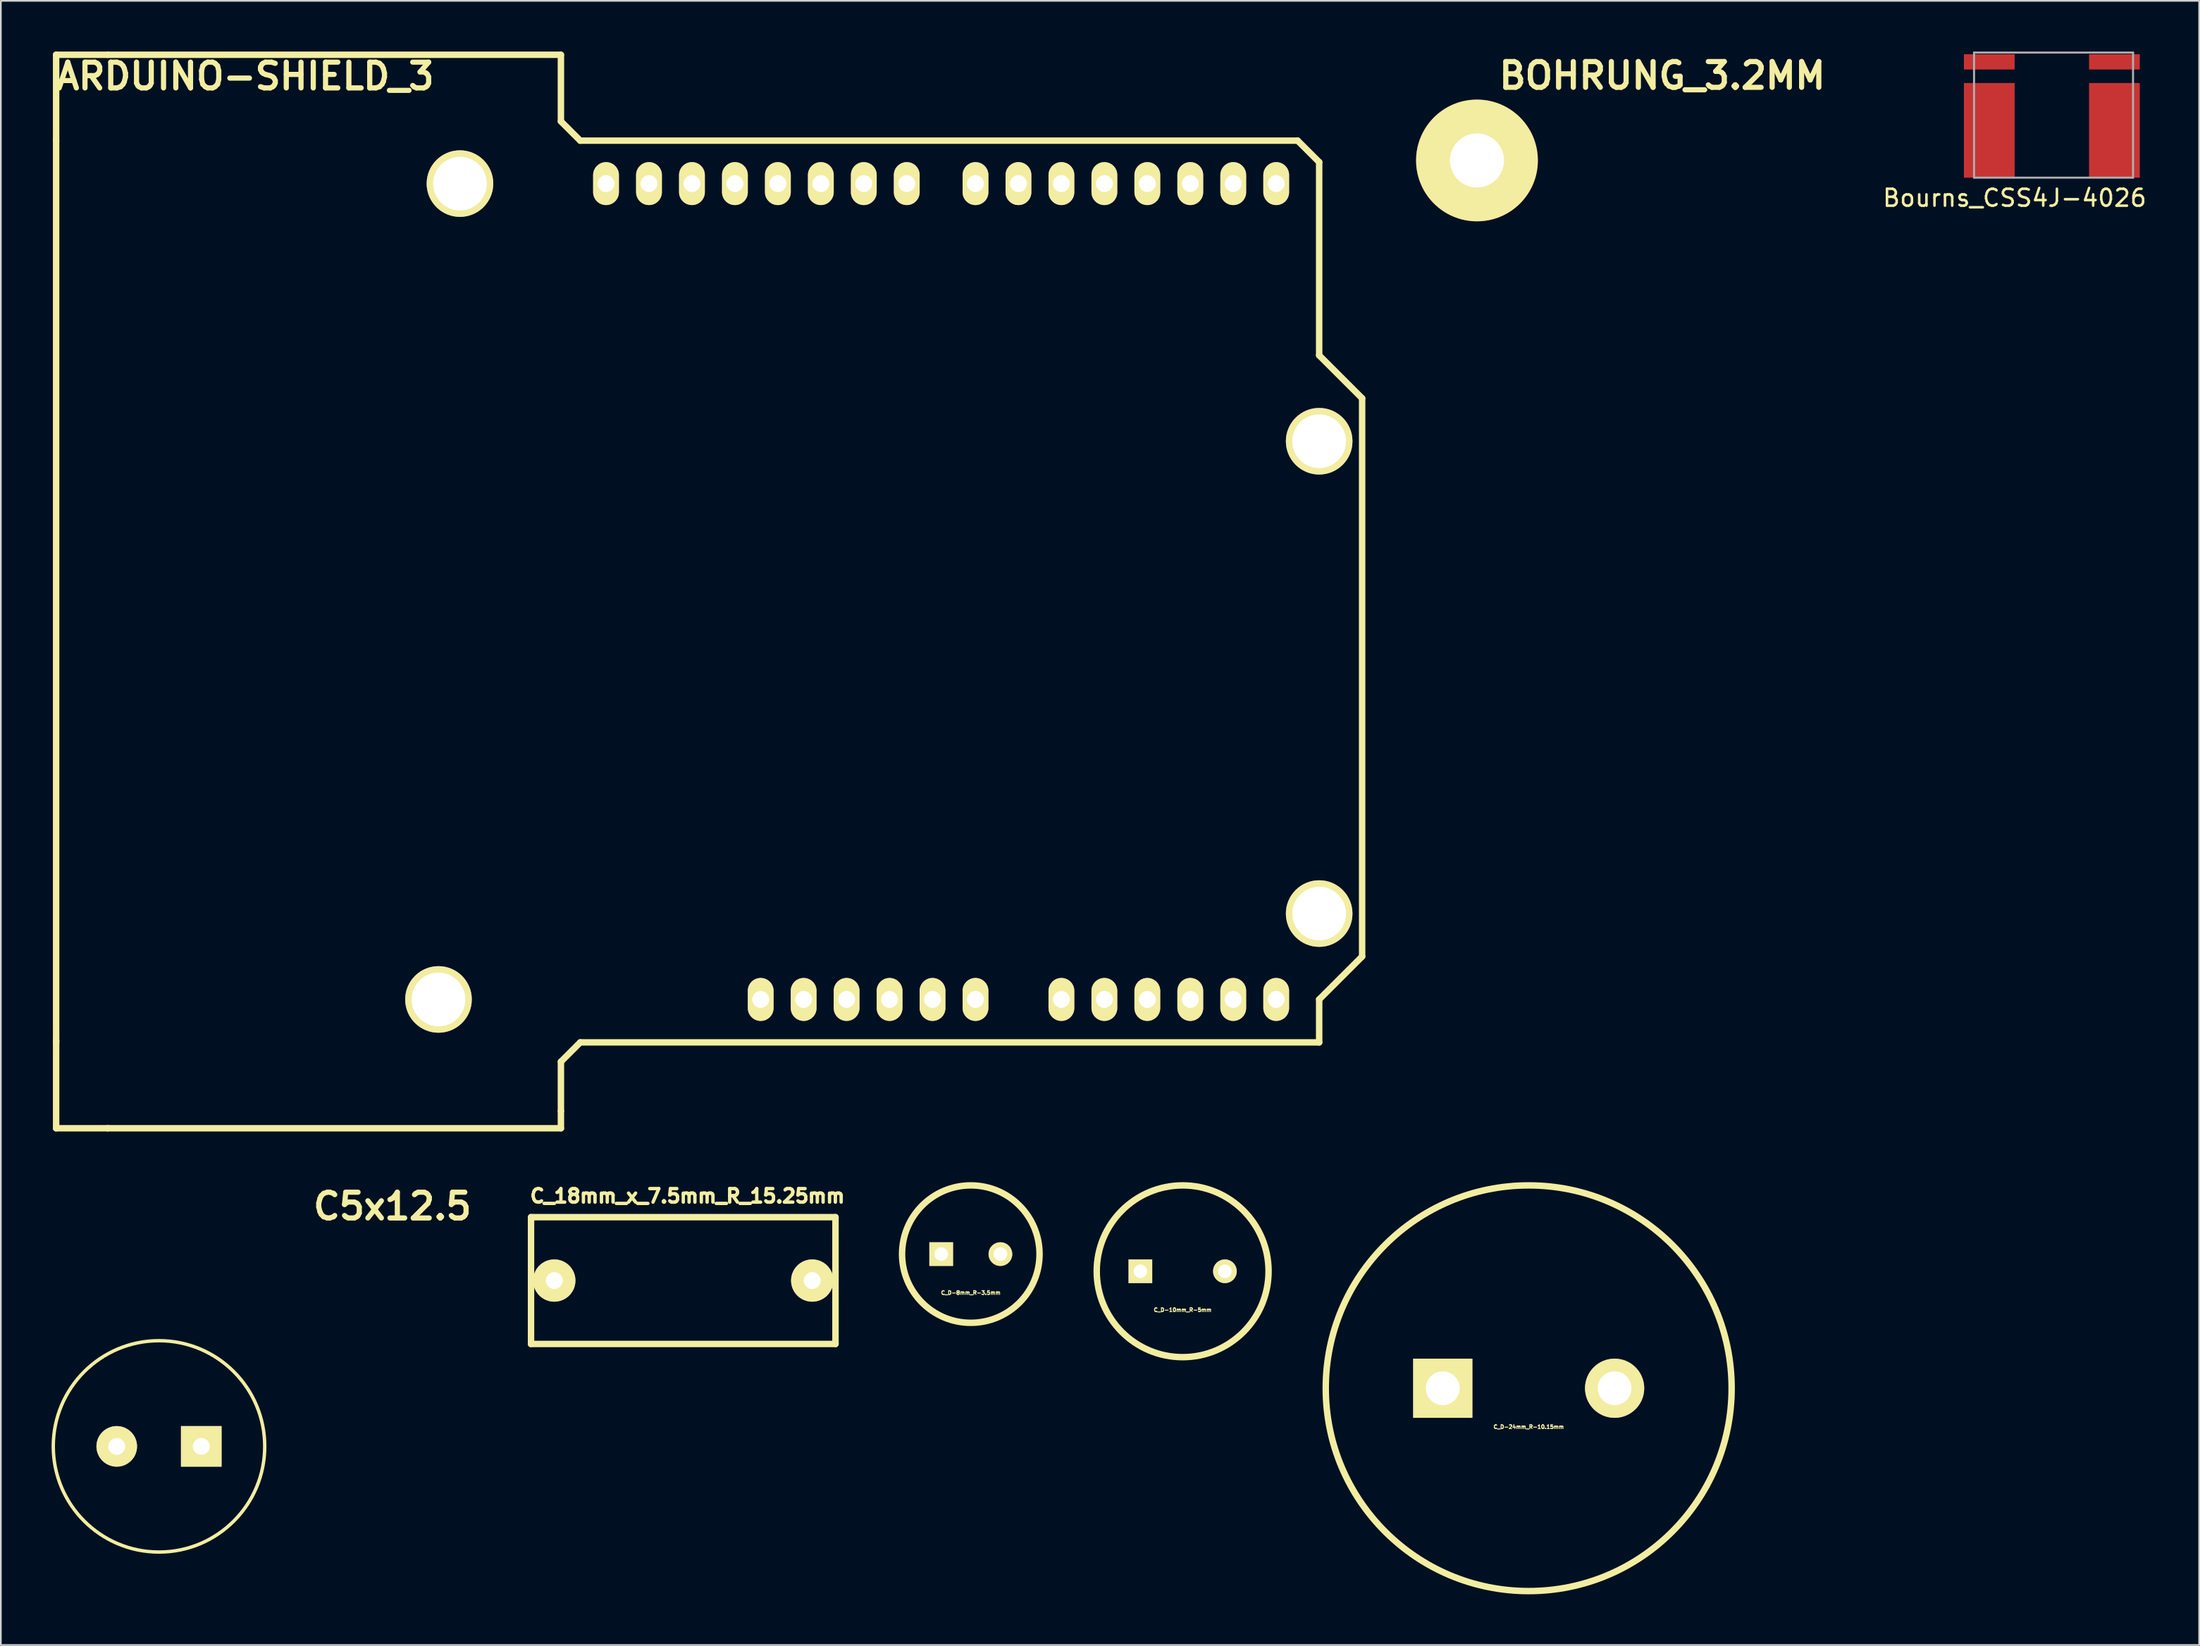
<source format=kicad_pcb>
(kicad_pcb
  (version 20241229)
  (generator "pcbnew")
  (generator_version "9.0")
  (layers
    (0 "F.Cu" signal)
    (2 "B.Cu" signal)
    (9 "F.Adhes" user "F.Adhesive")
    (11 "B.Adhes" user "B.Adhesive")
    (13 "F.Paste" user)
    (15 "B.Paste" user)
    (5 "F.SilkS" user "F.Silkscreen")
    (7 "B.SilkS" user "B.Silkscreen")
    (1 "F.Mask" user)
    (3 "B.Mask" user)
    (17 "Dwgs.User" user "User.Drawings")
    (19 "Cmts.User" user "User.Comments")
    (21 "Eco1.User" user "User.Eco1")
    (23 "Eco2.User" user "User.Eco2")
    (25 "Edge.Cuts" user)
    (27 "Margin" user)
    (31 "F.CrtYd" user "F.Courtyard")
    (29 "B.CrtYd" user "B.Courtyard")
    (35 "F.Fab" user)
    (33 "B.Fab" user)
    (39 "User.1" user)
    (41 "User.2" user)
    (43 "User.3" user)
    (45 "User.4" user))
  (footprint "C_D-24mm_R-10.15mm"
    (layer "F.Cu")
    (at 87.333 79.07)
    (property "Reference" "C_D-24mm_R-10.15mm" (at 0 2.286 0) (layer "F.SilkS") (effects (font (size 0.224 0.224) (thickness 0.056))))
    (attr through_hole)
    (fp_circle (center 0 0) (end 11.999 0) (stroke (width 0.381) (type solid)) (fill no) (layer "F.SilkS"))
    (pad "1" thru_hole rect (at -5.08 0) (size 3.5 3.5) (drill 1.999) (layers "*.Cu" "*.Mask" "F.SilkS"))
    (pad "2" thru_hole circle (at 5.08 0) (size 3.5 3.5) (drill 1.999) (layers "*.Cu" "*.Mask" "F.SilkS")))
  (footprint "C_D-8mm_R-3.5mm"
    (layer "F.Cu")
    (at 54.348 71.135)
    (property "Reference" "C_D-8mm_R-3.5mm" (at 0 2.286 0) (layer "F.SilkS") (effects (font (size 0.224 0.224) (thickness 0.056))))
    (attr through_hole)
    (fp_circle (center 0 0) (end 0 -4.064) (stroke (width 0.381) (type solid)) (fill no) (layer "F.SilkS"))
    (pad "1" thru_hole rect (at -1.75 0) (size 1.4 1.4) (drill 0.8) (layers "*.Cu" "*.Mask" "F.SilkS"))
    (pad "2" thru_hole circle (at 1.75 0) (size 1.4 1.4) (drill 0.8) (layers "*.Cu" "*.Mask" "F.SilkS")))
  (footprint "C_D-10mm_R-5mm"
    (layer "F.Cu")
    (at 66.873 72.151)
    (property "Reference" "C_D-10mm_R-5mm" (at 0 2.286 0) (layer "F.SilkS") (effects (font (size 0.224 0.224) (thickness 0.056))))
    (attr through_hole)
    (fp_circle (center 0 0) (end 0 -5.08) (stroke (width 0.381) (type solid)) (fill no) (layer "F.SilkS"))
    (pad "1" thru_hole rect (at -2.499 0) (size 1.4 1.4) (drill 0.8) (layers "*.Cu" "*.Mask" "F.SilkS"))
    (pad "2" thru_hole circle (at 2.499 0) (size 1.4 1.4) (drill 0.8) (layers "*.Cu" "*.Mask" "F.SilkS")))
  (footprint "BOHRUNG_3.2MM"
    (layer "F.Cu")
    (at 84.275 6.442)
    (property "Reference" "BOHRUNG_3.2MM" (at 10.957 -5.016 0) (layer "F.SilkS") (effects (font (size 1.524 1.524) (thickness 0.305))))
    (attr through_hole)
    (pad "" np_thru_hole circle (at 0 0) (size 7.201 7.201) (drill 3.2) (layers "F.Cu" "F.Mask" "F.SilkS")))
  (footprint "Bourns_CSS4J-4026"
    (layer "F.Cu")
    (at 118.264 4.66)
    (property "Reference" "Bourns_CSS4J-4026" (at -2.2 4 0) (layer "F.SilkS") (effects (font (size 1 1) (thickness 0.15))))
    (attr through_hole)
    (fp_line (start -4.6 -4.6) (end -4.6 2.8) (stroke (width 0.12) (type solid)) (layer "F.Fab"))
    (fp_line (start -4.6 2.8) (end 4.8 2.8) (stroke (width 0.12) (type solid)) (layer "F.Fab"))
    (fp_line (start 4.8 -4.6) (end -4.6 -4.6) (stroke (width 0.12) (type solid)) (layer "F.Fab"))
    (fp_line (start 4.8 2.8) (end 4.8 -4.6) (stroke (width 0.12) (type solid)) (layer "F.Fab"))
    (pad "1" smd rect (at -3.7 0) (size 3 5.6) (layers "F.Cu" "F.Mask" "F.Paste"))
    (pad "2" smd rect (at 3.7 0) (size 3 5.6) (layers "F.Cu" "F.Mask" "F.Paste"))
    (pad "3" smd rect (at -3.7 -4.05) (size 3 0.9) (layers "F.Cu" "F.Mask" "F.Paste"))
    (pad "4" smd rect (at 3.7 -4.05) (size 3 0.9) (layers "F.Cu" "F.Mask" "F.Paste")))
  (footprint "C_18mm_x_7.5mm_R_15.25mm"
    (layer "F.Cu")
    (at 37.347 72.7)
    (property "Reference" "C_18mm_x_7.5mm_R_15.25mm" (at 0.25 -5 0) (layer "F.SilkS") (effects (font (size 0.8 0.8) (thickness 0.2))))
    (attr through_hole)
    (fp_line (start -9 -3.75) (end 9 -3.75) (stroke (width 0.381) (type solid)) (layer "F.SilkS"))
    (fp_line (start -9 3.75) (end -9 -3.75) (stroke (width 0.381) (type solid)) (layer "F.SilkS"))
    (fp_line (start 9 -3.75) (end 9 3.75) (stroke (width 0.381) (type solid)) (layer "F.SilkS"))
    (fp_line (start 9 3.75) (end -9 3.75) (stroke (width 0.381) (type solid)) (layer "F.SilkS"))
    (pad "1" thru_hole circle (at -7.625 0 180) (size 2.5 2.5) (drill 1) (layers "*.Cu" "*.Mask" "F.SilkS"))
    (pad "2" thru_hole circle (at 7.625 0 180) (size 2.5 2.5) (drill 1) (layers "*.Cu" "*.Mask" "F.SilkS")))
  (footprint "C5x12.5"
    (layer "F.Cu")
    (at 6.351 82.509)
    (property "Reference" "C5x12.5" (at 13.8 -14.201 0) (layer "F.SilkS") (effects (font (size 1.524 1.524) (thickness 0.305))))
    (attr through_hole)
    (fp_circle (center 0 0) (end 6.251 -0.051) (stroke (width 0.201) (type solid)) (fill no) (layer "F.SilkS"))
    (pad "1" thru_hole circle (at -2.499 0) (size 2.4 2.4) (drill 1.001) (layers "*.Cu" "*.Mask" "F.SilkS"))
    (pad "2" thru_hole rect (at 2.499 0) (size 2.4 2.4) (drill 1.001) (layers "*.Cu" "*.Mask" "F.SilkS")))
  (footprint "ARDUINO-SHIELD_3"
    (layer "F.Cu")
    (at 8.905 58.611)
    (property "Reference" "ARDUINO-SHIELD_3" (at 2.54 -57.15 0) (layer "F.SilkS") (effects (font (size 1.524 1.524) (thickness 0.305))))
    (attr through_hole)
    (fp_line (start -8.636 -58.42) (end -8.636 -53.34) (stroke (width 0.381) (type solid)) (layer "F.SilkS"))
    (fp_line (start -8.636 -58.42) (end -5.588 -58.42) (stroke (width 0.381) (type solid)) (layer "F.SilkS"))
    (fp_line (start -8.636 0) (end -8.636 -53.34) (stroke (width 0.381) (type solid)) (layer "F.SilkS"))
    (fp_line (start -8.636 5.08) (end -8.636 -0.127) (stroke (width 0.381) (type solid)) (layer "F.SilkS"))
    (fp_line (start -8.636 5.08) (end -5.588 5.08) (stroke (width 0.381) (type solid)) (layer "F.SilkS"))
    (fp_line (start 21.209 -58.42) (end -5.588 -58.42) (stroke (width 0.381) (type solid)) (layer "F.SilkS"))
    (fp_line (start 21.209 -54.483) (end 21.209 -58.42) (stroke (width 0.381) (type solid)) (layer "F.SilkS"))
    (fp_line (start 21.209 1.143) (end 21.209 4.064) (stroke (width 0.381) (type solid)) (layer "F.SilkS"))
    (fp_line (start 21.209 4.064) (end 21.209 5.08) (stroke (width 0.381) (type solid)) (layer "F.SilkS"))
    (fp_line (start 21.209 5.08) (end -5.588 5.08) (stroke (width 0.381) (type solid)) (layer "F.SilkS"))
    (fp_line (start 22.352 -53.34) (end 21.209 -54.483) (stroke (width 0.381) (type solid)) (layer "F.SilkS"))
    (fp_line (start 22.352 -53.34) (end 64.77 -53.34) (stroke (width 0.381) (type solid)) (layer "F.SilkS"))
    (fp_line (start 22.352 0) (end 21.209 1.143) (stroke (width 0.381) (type solid)) (layer "F.SilkS"))
    (fp_line (start 22.352 0) (end 66.04 0) (stroke (width 0.381) (type solid)) (layer "F.SilkS"))
    (fp_line (start 66.04 -52.07) (end 64.77 -53.34) (stroke (width 0.381) (type solid)) (layer "F.SilkS"))
    (fp_line (start 66.04 -40.64) (end 66.04 -52.07) (stroke (width 0.381) (type solid)) (layer "F.SilkS"))
    (fp_line (start 66.04 -40.64) (end 68.58 -38.1) (stroke (width 0.381) (type solid)) (layer "F.SilkS"))
    (fp_line (start 66.04 -2.54) (end 66.04 0) (stroke (width 0.381) (type solid)) (layer "F.SilkS"))
    (fp_line (start 68.58 -38.1) (end 68.58 -5.08) (stroke (width 0.381) (type solid)) (layer "F.SilkS"))
    (fp_line (start 68.58 -5.08) (end 66.04 -2.54) (stroke (width 0.381) (type solid)) (layer "F.SilkS"))
    (pad "" thru_hole circle (at 13.97 -2.54 90) (size 3.937 3.937) (drill 3.175) (layers "*.Cu" "*.Mask" "F.SilkS"))
    (pad "" thru_hole circle (at 15.24 -50.8 90) (size 3.937 3.937) (drill 3.175) (layers "*.Cu" "*.Mask" "F.SilkS"))
    (pad "" thru_hole circle (at 66.04 -35.56 90) (size 3.937 3.937) (drill 3.175) (layers "*.Cu" "*.Mask" "F.SilkS"))
    (pad "" thru_hole circle (at 66.04 -7.62 90) (size 3.937 3.937) (drill 3.175) (layers "*.Cu" "*.Mask" "F.SilkS"))
    (pad "0" thru_hole oval (at 63.5 -50.8 90) (size 2.54 1.524) (drill 1.001) (layers "*.Cu" "*.Mask" "F.SilkS"))
    (pad "1" thru_hole oval (at 60.96 -50.8 90) (size 2.54 1.524) (drill 1.001) (layers "*.Cu" "*.Mask" "F.SilkS"))
    (pad "2" thru_hole oval (at 58.42 -50.8 90) (size 2.54 1.524) (drill 1.001) (layers "*.Cu" "*.Mask" "F.SilkS"))
    (pad "3" thru_hole oval (at 55.88 -50.8 90) (size 2.54 1.524) (drill 1.001) (layers "*.Cu" "*.Mask" "F.SilkS"))
    (pad "3V3" thru_hole oval (at 35.56 -2.54 90) (size 2.54 1.524) (drill 1.001) (layers "*.Cu" "*.Mask" "F.SilkS"))
    (pad "4" thru_hole oval (at 53.34 -50.8 90) (size 2.54 1.524) (drill 1.001) (layers "*.Cu" "*.Mask" "F.SilkS"))
    (pad "5" thru_hole oval (at 50.8 -50.8 90) (size 2.54 1.524) (drill 1.001) (layers "*.Cu" "*.Mask" "F.SilkS"))
    (pad "5V" thru_hole oval (at 38.1 -2.54 90) (size 2.54 1.524) (drill 1.001) (layers "*.Cu" "*.Mask" "F.SilkS"))
    (pad "6" thru_hole oval (at 48.26 -50.8 90) (size 2.54 1.524) (drill 1.001) (layers "*.Cu" "*.Mask" "F.SilkS"))
    (pad "7" thru_hole oval (at 45.72 -50.8 90) (size 2.54 1.524) (drill 1.001) (layers "*.Cu" "*.Mask" "F.SilkS"))
    (pad "8" thru_hole oval (at 41.656 -50.8 90) (size 2.54 1.524) (drill 1.001) (layers "*.Cu" "*.Mask" "F.SilkS"))
    (pad "9" thru_hole oval (at 39.116 -50.8 90) (size 2.54 1.524) (drill 1.001) (layers "*.Cu" "*.Mask" "F.SilkS"))
    (pad "10" thru_hole oval (at 36.576 -50.8 90) (size 2.54 1.524) (drill 1.001) (layers "*.Cu" "*.Mask" "F.SilkS"))
    (pad "11" thru_hole oval (at 34.036 -50.8 90) (size 2.54 1.524) (drill 1.001) (layers "*.Cu" "*.Mask" "F.SilkS"))
    (pad "12" thru_hole oval (at 31.496 -50.8 90) (size 2.54 1.524) (drill 1.001) (layers "*.Cu" "*.Mask" "F.SilkS"))
    (pad "13" thru_hole oval (at 28.956 -50.8 90) (size 2.54 1.524) (drill 1.001) (layers "*.Cu" "*.Mask" "F.SilkS"))
    (pad "AD0" thru_hole oval (at 50.8 -2.54 90) (size 2.54 1.524) (drill 1.001) (layers "*.Cu" "*.Mask" "F.SilkS"))
    (pad "AD1" thru_hole oval (at 53.34 -2.54 90) (size 2.54 1.524) (drill 1.001) (layers "*.Cu" "*.Mask" "F.SilkS"))
    (pad "AD2" thru_hole oval (at 55.88 -2.54 90) (size 2.54 1.524) (drill 1.001) (layers "*.Cu" "*.Mask" "F.SilkS"))
    (pad "AD3" thru_hole oval (at 58.42 -2.54 90) (size 2.54 1.524) (drill 1.001) (layers "*.Cu" "*.Mask" "F.SilkS"))
    (pad "AD4" thru_hole oval (at 60.96 -2.54 90) (size 2.54 1.524) (drill 1.001) (layers "*.Cu" "*.Mask" "F.SilkS"))
    (pad "AD5" thru_hole oval (at 63.5 -2.54 90) (size 2.54 1.524) (drill 1.001) (layers "*.Cu" "*.Mask" "F.SilkS"))
    (pad "AREF" thru_hole oval (at 23.876 -50.8 90) (size 2.54 1.524) (drill 1.001) (layers "*.Cu" "*.Mask" "F.SilkS"))
    (pad "GND1" thru_hole oval (at 40.64 -2.54 90) (size 2.54 1.524) (drill 1.001) (layers "*.Cu" "*.Mask" "F.SilkS"))
    (pad "GND2" thru_hole oval (at 43.18 -2.54 90) (size 2.54 1.524) (drill 1.001) (layers "*.Cu" "*.Mask" "F.SilkS"))
    (pad "GND3" thru_hole oval (at 26.416 -50.8 90) (size 2.54 1.524) (drill 1.001) (layers "*.Cu" "*.Mask" "F.SilkS"))
    (pad "RST" thru_hole oval (at 33.02 -2.54 90) (size 2.54 1.524) (drill 1.001) (layers "*.Cu" "*.Mask" "F.SilkS"))
    (pad "V_IN" thru_hole oval (at 45.72 -2.54 90) (size 2.54 1.524) (drill 1.001) (layers "*.Cu" "*.Mask" "F.SilkS")))
  (gr_rect
    (start -3 -3)
    (end 126.975 94.26)
    (stroke (width 0.1) (type default))
    (fill no)
    (layer "Edge.Cuts")))
</source>
